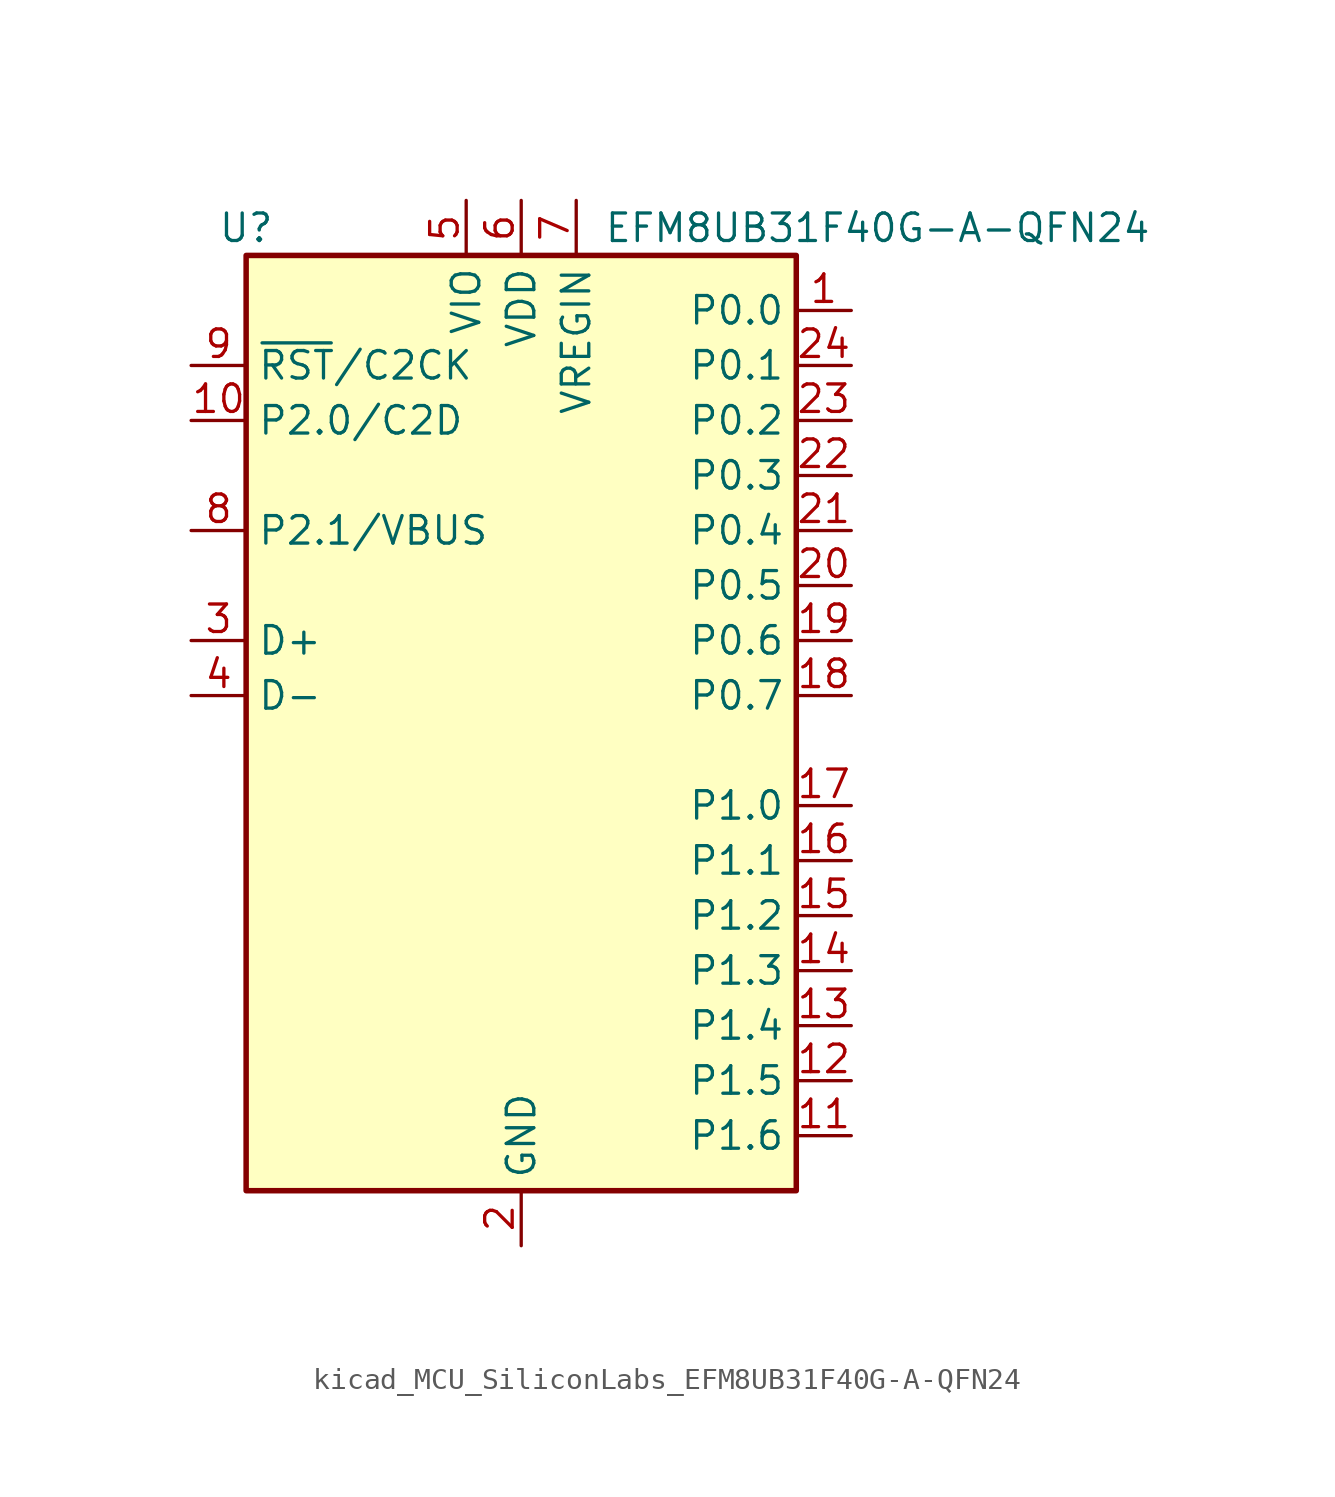
<source format=kicad_sym>
(kicad_symbol_lib
  (version 20220914)
  (generator kicad_symbol_editor)
  (symbol "kicad_MCU_SiliconLabs_EFM8UB31F40G-A-QFN24"
    (property "Reference" "U"
      (at -12.7 24.13 0)
      (effects (font (size 1.27 1.27))))
    (property "Value" "EFM8UB31F40G-A-QFN24"
      (at 3.81 24.13 0)
      (effects (font (size 1.27 1.27)) (justify left)))
    (symbol "kicad_MCU_SiliconLabs_EFM8UB31F40G-A-QFN24_0_1"
      (rectangle (start -12.7 22.86) (end 12.7 -20.32) (stroke (width 0.254) (type default)) (fill (type background))))
    (symbol "kicad_MCU_SiliconLabs_EFM8UB31F40G-A-QFN24_1_1"
      (pin bidirectional line (at 15.24 20.32 180) (length 2.54) (name "P0.0" (effects (font (size 1.27 1.27)))) (number "1" (effects (font (size 1.27 1.27)))))
      (pin bidirectional line (at -15.24 15.24 0) (length 2.54) (name "P2.0/C2D" (effects (font (size 1.27 1.27)))) (number "10" (effects (font (size 1.27 1.27)))))
      (pin bidirectional line (at 15.24 -17.78 180) (length 2.54) (name "P1.6" (effects (font (size 1.27 1.27)))) (number "11" (effects (font (size 1.27 1.27)))))
      (pin bidirectional line (at 15.24 -15.24 180) (length 2.54) (name "P1.5" (effects (font (size 1.27 1.27)))) (number "12" (effects (font (size 1.27 1.27)))))
      (pin bidirectional line (at 15.24 -12.7 180) (length 2.54) (name "P1.4" (effects (font (size 1.27 1.27)))) (number "13" (effects (font (size 1.27 1.27)))))
      (pin bidirectional line (at 15.24 -10.16 180) (length 2.54) (name "P1.3" (effects (font (size 1.27 1.27)))) (number "14" (effects (font (size 1.27 1.27)))))
      (pin bidirectional line (at 15.24 -7.62 180) (length 2.54) (name "P1.2" (effects (font (size 1.27 1.27)))) (number "15" (effects (font (size 1.27 1.27)))))
      (pin bidirectional line (at 15.24 -5.08 180) (length 2.54) (name "P1.1" (effects (font (size 1.27 1.27)))) (number "16" (effects (font (size 1.27 1.27)))))
      (pin bidirectional line (at 15.24 -2.54 180) (length 2.54) (name "P1.0" (effects (font (size 1.27 1.27)))) (number "17" (effects (font (size 1.27 1.27)))))
      (pin bidirectional line (at 15.24 2.54 180) (length 2.54) (name "P0.7" (effects (font (size 1.27 1.27)))) (number "18" (effects (font (size 1.27 1.27)))))
      (pin bidirectional line (at 15.24 5.08 180) (length 2.54) (name "P0.6" (effects (font (size 1.27 1.27)))) (number "19" (effects (font (size 1.27 1.27)))))
      (pin power_in line (at 0 -22.86 90) (length 2.54) (name "GND" (effects (font (size 1.27 1.27)))) (number "2" (effects (font (size 1.27 1.27)))))
      (pin bidirectional line (at 15.24 7.62 180) (length 2.54) (name "P0.5" (effects (font (size 1.27 1.27)))) (number "20" (effects (font (size 1.27 1.27)))))
      (pin bidirectional line (at 15.24 10.16 180) (length 2.54) (name "P0.4" (effects (font (size 1.27 1.27)))) (number "21" (effects (font (size 1.27 1.27)))))
      (pin bidirectional line (at 15.24 12.7 180) (length 2.54) (name "P0.3" (effects (font (size 1.27 1.27)))) (number "22" (effects (font (size 1.27 1.27)))))
      (pin bidirectional line (at 15.24 15.24 180) (length 2.54) (name "P0.2" (effects (font (size 1.27 1.27)))) (number "23" (effects (font (size 1.27 1.27)))))
      (pin bidirectional line (at 15.24 17.78 180) (length 2.54) (name "P0.1" (effects (font (size 1.27 1.27)))) (number "24" (effects (font (size 1.27 1.27)))))
      (pin passive line (at 0 -22.86 90) (length 2.54) hide (name "GND" (effects (font (size 1.27 1.27)))) (number "25" (effects (font (size 1.27 1.27)))))
      (pin bidirectional line (at -15.24 5.08 0) (length 2.54) (name "D+" (effects (font (size 1.27 1.27)))) (number "3" (effects (font (size 1.27 1.27)))))
      (pin bidirectional line (at -15.24 2.54 0) (length 2.54) (name "D-" (effects (font (size 1.27 1.27)))) (number "4" (effects (font (size 1.27 1.27)))))
      (pin power_in line (at -2.54 25.4 270) (length 2.54) (name "VIO" (effects (font (size 1.27 1.27)))) (number "5" (effects (font (size 1.27 1.27)))))
      (pin power_in line (at 0 25.4 270) (length 2.54) (name "VDD" (effects (font (size 1.27 1.27)))) (number "6" (effects (font (size 1.27 1.27)))))
      (pin power_in line (at 2.54 25.4 270) (length 2.54) (name "VREGIN" (effects (font (size 1.27 1.27)))) (number "7" (effects (font (size 1.27 1.27)))))
      (pin bidirectional line (at -15.24 10.16 0) (length 2.54) (name "P2.1/VBUS" (effects (font (size 1.27 1.27)))) (number "8" (effects (font (size 1.27 1.27)))))
      (pin bidirectional line (at -15.24 17.78 0) (length 2.54) (name "~{RST}/C2CK" (effects (font (size 1.27 1.27)))) (number "9" (effects (font (size 1.27 1.27))))))))
</source>
